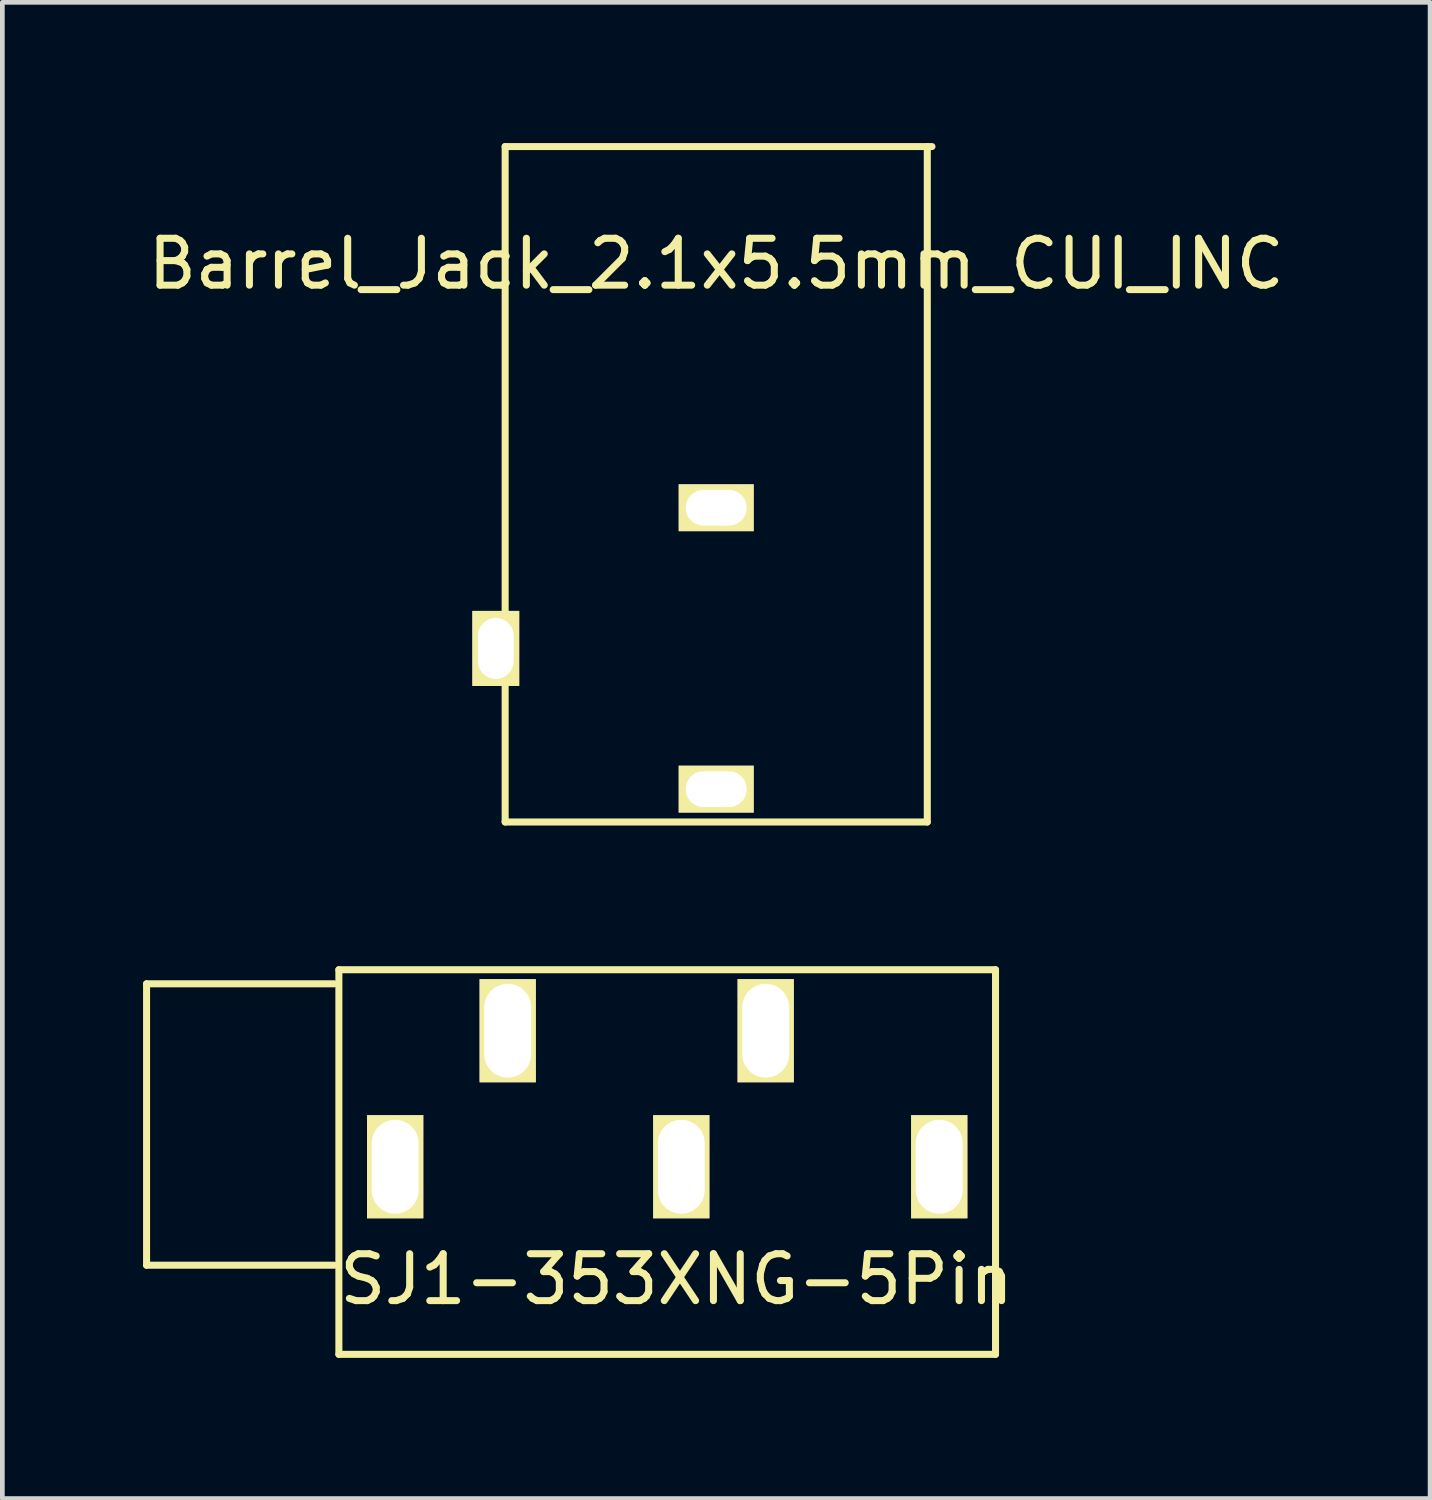
<source format=kicad_pcb>
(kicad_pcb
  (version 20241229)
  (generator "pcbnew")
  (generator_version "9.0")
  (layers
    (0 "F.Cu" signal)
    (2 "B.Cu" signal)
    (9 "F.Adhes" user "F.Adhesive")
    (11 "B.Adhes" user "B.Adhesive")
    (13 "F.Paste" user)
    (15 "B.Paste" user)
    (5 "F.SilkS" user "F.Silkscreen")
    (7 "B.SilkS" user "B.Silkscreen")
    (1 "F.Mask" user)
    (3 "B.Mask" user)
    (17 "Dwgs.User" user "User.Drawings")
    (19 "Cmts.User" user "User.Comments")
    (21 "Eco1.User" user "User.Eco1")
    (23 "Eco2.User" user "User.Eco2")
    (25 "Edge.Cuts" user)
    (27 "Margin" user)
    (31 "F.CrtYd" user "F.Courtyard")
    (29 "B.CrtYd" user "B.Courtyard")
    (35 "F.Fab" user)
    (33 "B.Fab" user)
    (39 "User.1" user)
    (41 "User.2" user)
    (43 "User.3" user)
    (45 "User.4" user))
  (footprint "Barrel_Jack_2.1x5.5mm_CUI_INC"
    (layer "F.Cu")
    (at 12.22 10.775)
    (property "Reference" "Barrel_Jack_2.1x5.5mm_CUI_INC" (at 0 -8.2 0) (layer "F.SilkS") (effects (font (size 1 1) (thickness 0.15))))
    (attr through_hole)
    (fp_line (start -4.5 -10.7) (end -4.5 3.7) (stroke (width 0.15) (type solid)) (layer "F.SilkS"))
    (fp_line (start -4.5 -10.7) (end 4.6 -10.7) (stroke (width 0.15) (type solid)) (layer "F.SilkS"))
    (fp_line (start -4.5 3.7) (end 4.5 3.7) (stroke (width 0.15) (type solid)) (layer "F.SilkS"))
    (fp_line (start 4.5 -10.7) (end 4.5 3.7) (stroke (width 0.15) (type solid)) (layer "F.SilkS"))
    (pad "1" thru_hole rect (at 0 3) (size 1.6 1) (drill oval 1.3 0.762) (layers "*.Cu" "*.Mask" "F.SilkS"))
    (pad "2" thru_hole rect (at 0 -3) (size 1.6 1) (drill oval 1.3 0.762) (layers "*.Cu" "*.Mask" "F.SilkS"))
    (pad "3" thru_hole rect (at -4.7 0 90) (size 1.6 1) (drill oval 1.3 0.762) (layers "*.Cu" "*.Mask" "F.SilkS")))
  (footprint "SJ1-353XNG-5Pin"
    (layer "F.Cu")
    (at 11.475 20.925)
    (property "Reference" "SJ1-353XNG-5Pin" (at -0.1 3.3 0) (layer "F.SilkS") (effects (font (size 1 1) (thickness 0.15))))
    (attr through_hole)
    (fp_line (start -11.4 -3) (end -11.4 3) (stroke (width 0.15) (type solid)) (layer "F.SilkS"))
    (fp_line (start -11.4 -3) (end -7.4 -3) (stroke (width 0.15) (type solid)) (layer "F.SilkS"))
    (fp_line (start -11.4 3) (end -7.4 3) (stroke (width 0.15) (type solid)) (layer "F.SilkS"))
    (fp_line (start -7.3 -3.3) (end -7.3 4.9) (stroke (width 0.15) (type solid)) (layer "F.SilkS"))
    (fp_line (start -7.3 -3.3) (end 6.7 -3.3) (stroke (width 0.15) (type solid)) (layer "F.SilkS"))
    (fp_line (start -7.3 4.9) (end 6.7 4.9) (stroke (width 0.15) (type solid)) (layer "F.SilkS"))
    (fp_line (start 6.7 -3.3) (end 6.7 4.9) (stroke (width 0.15) (type solid)) (layer "F.SilkS"))
    (pad "1" thru_hole rect (at -6.1 0.9) (size 1.2 2.2) (drill oval 1 2) (layers "*.Cu" "*.Mask" "F.SilkS"))
    (pad "2" thru_hole rect (at -3.7 -2) (size 1.2 2.2) (drill oval 1 2) (layers "*.Cu" "*.Mask" "F.SilkS"))
    (pad "3" thru_hole rect (at 1.8 -2) (size 1.2 2.2) (drill oval 1 2) (layers "*.Cu" "*.Mask" "F.SilkS"))
    (pad "4" thru_hole rect (at 5.5 0.9) (size 1.2 2.2) (drill oval 1 2) (layers "*.Cu" "*.Mask" "F.SilkS"))
    (pad "5" thru_hole rect (at 0 0.9) (size 1.2 2.2) (drill oval 1 2) (layers "*.Cu" "*.Mask" "F.SilkS")))
  (gr_rect
    (start -3 -3)
    (end 27.44 28.9)
    (stroke (width 0.1) (type default))
    (fill no)
    (layer "Edge.Cuts")))
</source>
